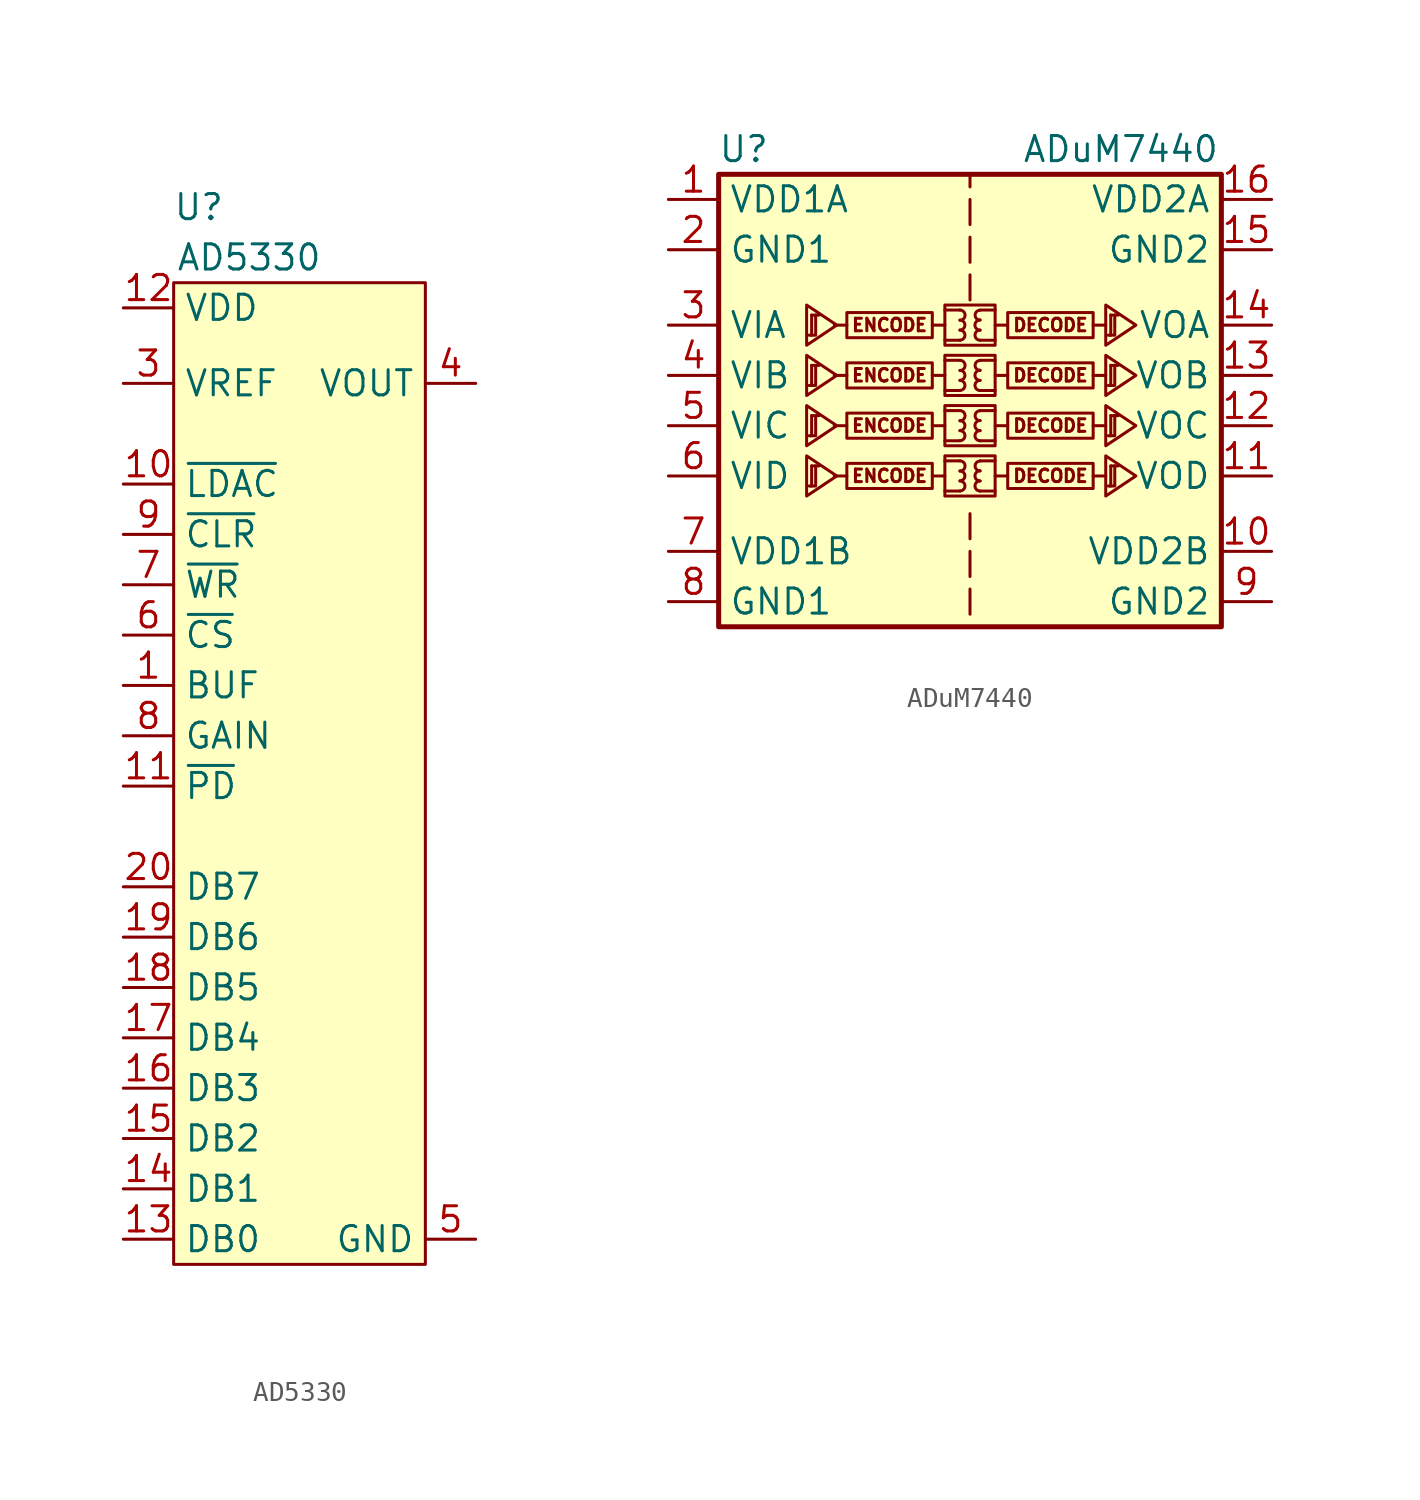
<source format=kicad_sym>
(kicad_symbol_lib
  (version 20211014)
  (generator kicad_symbol_editor)
  (symbol "AD5330"
    (property "Reference" "U"
      (at -5.08 25.4 0)
      (effects (font (size 1.27 1.27))))
    (property "Value" "AD5330"
      (at -2.54 22.86 0)
      (effects (font (size 1.27 1.27))))
    (symbol "AD5330_0_0"
      (pin input line (at -8.89 11.43 0) (length 2.54) (name "~{LDAC}" (effects (font (size 1.27 1.27)))) (number "10" (effects (font (size 1.27 1.27)))))
      (pin input line (at -8.89 -3.81 0) (length 2.54) (name "~{PD}" (effects (font (size 1.27 1.27)))) (number "11" (effects (font (size 1.27 1.27)))))
      (pin no_connect line (at 8.89 -24.13 180) (length 2.54) hide (name "NC" (effects (font (size 1.27 1.27)))) (number "2" (effects (font (size 1.27 1.27)))))
      (pin output line (at 8.89 16.51 180) (length 2.54) (name "VOUT" (effects (font (size 1.27 1.27)))) (number "4" (effects (font (size 1.27 1.27)))))
      (pin input line (at -8.89 6.35 0) (length 2.54) (name "~{WR}" (effects (font (size 1.27 1.27)))) (number "7" (effects (font (size 1.27 1.27)))))
      (pin input line (at -8.89 -1.27 0) (length 2.54) (name "GAIN" (effects (font (size 1.27 1.27)))) (number "8" (effects (font (size 1.27 1.27)))))
      (pin input line (at -8.89 8.89 0) (length 2.54) (name "~{CLR}" (effects (font (size 1.27 1.27)))) (number "9" (effects (font (size 1.27 1.27))))))
    (symbol "AD5330_0_1"
      (rectangle (start -6.35 21.59) (end 6.35 -27.94) (stroke (width 0.152) (type default) (color 0 0 0 0)) (fill (type background))))
    (symbol "AD5330_1_1"
      (pin input line (at -8.89 1.27 0) (length 2.54) (name "BUF" (effects (font (size 1.27 1.27)))) (number "1" (effects (font (size 1.27 1.27)))))
      (pin power_in line (at -8.89 20.32 0) (length 2.54) (name "VDD" (effects (font (size 1.27 1.27)))) (number "12" (effects (font (size 1.27 1.27)))))
      (pin input line (at -8.89 -26.67 0) (length 2.54) (name "DB0" (effects (font (size 1.27 1.27)))) (number "13" (effects (font (size 1.27 1.27)))))
      (pin input line (at -8.89 -24.13 0) (length 2.54) (name "DB1" (effects (font (size 1.27 1.27)))) (number "14" (effects (font (size 1.27 1.27)))))
      (pin input line (at -8.89 -21.59 0) (length 2.54) (name "DB2" (effects (font (size 1.27 1.27)))) (number "15" (effects (font (size 1.27 1.27)))))
      (pin input line (at -8.89 -19.05 0) (length 2.54) (name "DB3" (effects (font (size 1.27 1.27)))) (number "16" (effects (font (size 1.27 1.27)))))
      (pin input line (at -8.89 -16.51 0) (length 2.54) (name "DB4" (effects (font (size 1.27 1.27)))) (number "17" (effects (font (size 1.27 1.27)))))
      (pin input line (at -8.89 -13.97 0) (length 2.54) (name "DB5" (effects (font (size 1.27 1.27)))) (number "18" (effects (font (size 1.27 1.27)))))
      (pin input line (at -8.89 -11.43 0) (length 2.54) (name "DB6" (effects (font (size 1.27 1.27)))) (number "19" (effects (font (size 1.27 1.27)))))
      (pin input line (at -8.89 -8.89 0) (length 2.54) (name "DB7" (effects (font (size 1.27 1.27)))) (number "20" (effects (font (size 1.27 1.27)))))
      (pin input line (at -8.89 16.51 0) (length 2.54) (name "VREF" (effects (font (size 1.27 1.27)))) (number "3" (effects (font (size 1.27 1.27)))))
      (pin power_out line (at 8.89 -26.67 180) (length 2.54) (name "GND" (effects (font (size 1.27 1.27)))) (number "5" (effects (font (size 1.27 1.27)))))
      (pin input line (at -8.89 3.81 0) (length 2.54) (name "~{CS}" (effects (font (size 1.27 1.27)))) (number "6" (effects (font (size 1.27 1.27)))))))
  (symbol "ADuM7440"
    (property "Reference" "U"
      (at -11.43 16.51 0)
      (effects (font (size 1.27 1.27))))
    (property "Value" "ADuM7440"
      (at 7.62 16.51 0)
      (effects (font (size 1.27 1.27))))
    (symbol "ADuM7440_0_1"
      (polyline (pts (xy -8.001 8.128) (xy -7.62 8.128)) (stroke (width 0) (type default) (color 0 0 0 0)) (fill (type none)))
      (polyline (pts (xy -8.052 7.112) (xy -7.798 7.112) (xy -7.798 8.128)) (stroke (width 0) (type default) (color 0 0 0 0)) (fill (type none)))
      (polyline (pts (xy -8.001 8.128) (xy -8.001 7.112) (xy -8.128 7.112)) (stroke (width 0) (type default) (color 0 0 0 0)) (fill (type none)))
      (polyline (pts (xy -6.731 7.62) (xy -8.255 8.636) (xy -8.255 6.604) (xy -6.731 7.62)) (stroke (width 0) (type default) (color 0 0 0 0)) (fill (type none))))
    (symbol "ADuM7440_1_0"
      (rectangle (start -1.27 1.016) (end 1.27 -1.016) (stroke (width 0) (type default) (color 0 0 0 0)) (fill (type none)))
      (rectangle (start -1.27 3.556) (end 1.27 1.524) (stroke (width 0) (type default) (color 0 0 0 0)) (fill (type none)))
      (rectangle (start -1.27 6.096) (end 1.27 4.064) (stroke (width 0) (type default) (color 0 0 0 0)) (fill (type none)))
      (rectangle (start -1.27 8.636) (end 1.27 6.604) (stroke (width 0) (type default) (color 0 0 0 0)) (fill (type none)))
      (arc (start -0.508 -0.762) (mid -0.254 -0.508) (end -0.508 -0.254) (stroke (width 0) (type default) (color 0 0 0 0)) (fill (type none)))
      (arc (start -0.508 -0.254) (mid -0.254 0) (end -0.508 0.254) (stroke (width 0) (type default) (color 0 0 0 0)) (fill (type none)))
      (arc (start -0.508 0.254) (mid -0.254 0.508) (end -0.508 0.762) (stroke (width 0) (type default) (color 0 0 0 0)) (fill (type none)))
      (arc (start -0.508 1.778) (mid -0.254 2.032) (end -0.508 2.286) (stroke (width 0) (type default) (color 0 0 0 0)) (fill (type none)))
      (arc (start -0.508 2.286) (mid -0.254 2.54) (end -0.508 2.794) (stroke (width 0) (type default) (color 0 0 0 0)) (fill (type none)))
      (arc (start -0.508 2.794) (mid -0.254 3.048) (end -0.508 3.302) (stroke (width 0) (type default) (color 0 0 0 0)) (fill (type none)))
      (arc (start -0.508 4.318) (mid -0.254 4.572) (end -0.508 4.826) (stroke (width 0) (type default) (color 0 0 0 0)) (fill (type none)))
      (arc (start -0.508 4.826) (mid -0.254 5.08) (end -0.508 5.334) (stroke (width 0) (type default) (color 0 0 0 0)) (fill (type none)))
      (arc (start -0.508 5.334) (mid -0.254 5.588) (end -0.508 5.842) (stroke (width 0) (type default) (color 0 0 0 0)) (fill (type none)))
      (arc (start -0.508 6.858) (mid -0.254 7.112) (end -0.508 7.366) (stroke (width 0) (type default) (color 0 0 0 0)) (fill (type none)))
      (arc (start -0.508 7.366) (mid -0.254 7.62) (end -0.508 7.874) (stroke (width 0) (type default) (color 0 0 0 0)) (fill (type none)))
      (arc (start -0.508 7.874) (mid -0.254 8.128) (end -0.508 8.382) (stroke (width 0) (type default) (color 0 0 0 0)) (fill (type none)))
      (polyline (pts (xy -6.223 0) (xy -6.858 0)) (stroke (width 0) (type default) (color 0 0 0 0)) (fill (type none)))
      (polyline (pts (xy -6.223 2.54) (xy -6.858 2.54)) (stroke (width 0) (type default) (color 0 0 0 0)) (fill (type none)))
      (polyline (pts (xy -6.223 5.08) (xy -6.858 5.08)) (stroke (width 0) (type default) (color 0 0 0 0)) (fill (type none)))
      (polyline (pts (xy -6.223 7.62) (xy -6.858 7.62)) (stroke (width 0) (type default) (color 0 0 0 0)) (fill (type none)))
      (polyline (pts (xy -1.905 0) (xy -1.27 0)) (stroke (width 0) (type default) (color 0 0 0 0)) (fill (type none)))
      (polyline (pts (xy -1.905 2.54) (xy -1.27 2.54)) (stroke (width 0) (type default) (color 0 0 0 0)) (fill (type none)))
      (polyline (pts (xy -1.905 5.08) (xy -1.27 5.08)) (stroke (width 0) (type default) (color 0 0 0 0)) (fill (type none)))
      (polyline (pts (xy -1.905 7.62) (xy -1.27 7.62)) (stroke (width 0) (type default) (color 0 0 0 0)) (fill (type none)))
      (polyline (pts (xy -1.27 -0.762) (xy -0.508 -0.762)) (stroke (width 0) (type default) (color 0 0 0 0)) (fill (type none)))
      (polyline (pts (xy -1.27 0.762) (xy -0.508 0.762)) (stroke (width 0) (type default) (color 0 0 0 0)) (fill (type none)))
      (polyline (pts (xy -1.27 1.778) (xy -0.508 1.778)) (stroke (width 0) (type default) (color 0 0 0 0)) (fill (type none)))
      (polyline (pts (xy -1.27 3.302) (xy -0.508 3.302)) (stroke (width 0) (type default) (color 0 0 0 0)) (fill (type none)))
      (polyline (pts (xy -1.27 4.318) (xy -0.508 4.318)) (stroke (width 0) (type default) (color 0 0 0 0)) (fill (type none)))
      (polyline (pts (xy -1.27 5.842) (xy -0.508 5.842)) (stroke (width 0) (type default) (color 0 0 0 0)) (fill (type none)))
      (polyline (pts (xy -1.27 6.858) (xy -0.508 6.858)) (stroke (width 0) (type default) (color 0 0 0 0)) (fill (type none)))
      (polyline (pts (xy -1.27 8.382) (xy -0.508 8.382)) (stroke (width 0) (type default) (color 0 0 0 0)) (fill (type none)))
      (polyline (pts (xy 0 -5.715) (xy 0 -6.985)) (stroke (width 0) (type default) (color 0 0 0 0)) (fill (type none)))
      (polyline (pts (xy 0 -3.81) (xy 0 -5.08)) (stroke (width 0) (type default) (color 0 0 0 0)) (fill (type none)))
      (polyline (pts (xy 0 -1.905) (xy 0 -3.175)) (stroke (width 0) (type default) (color 0 0 0 0)) (fill (type none)))
      (polyline (pts (xy 0 8.89) (xy 0 10.16)) (stroke (width 0) (type default) (color 0 0 0 0)) (fill (type none)))
      (polyline (pts (xy 0 12.065) (xy 0 10.795)) (stroke (width 0) (type default) (color 0 0 0 0)) (fill (type none)))
      (polyline (pts (xy 0 13.97) (xy 0 12.7)) (stroke (width 0) (type default) (color 0 0 0 0)) (fill (type none)))
      (polyline (pts (xy 0 14.605) (xy 0 15.24)) (stroke (width 0) (type default) (color 0 0 0 0)) (fill (type none)))
      (polyline (pts (xy 1.27 -0.762) (xy 0.508 -0.762)) (stroke (width 0) (type default) (color 0 0 0 0)) (fill (type none)))
      (polyline (pts (xy 1.27 0.762) (xy 0.508 0.762)) (stroke (width 0) (type default) (color 0 0 0 0)) (fill (type none)))
      (polyline (pts (xy 1.27 1.778) (xy 0.508 1.778)) (stroke (width 0) (type default) (color 0 0 0 0)) (fill (type none)))
      (polyline (pts (xy 1.27 3.302) (xy 0.508 3.302)) (stroke (width 0) (type default) (color 0 0 0 0)) (fill (type none)))
      (polyline (pts (xy 1.27 4.318) (xy 0.508 4.318)) (stroke (width 0) (type default) (color 0 0 0 0)) (fill (type none)))
      (polyline (pts (xy 1.27 5.842) (xy 0.508 5.842)) (stroke (width 0) (type default) (color 0 0 0 0)) (fill (type none)))
      (polyline (pts (xy 1.27 6.858) (xy 0.508 6.858)) (stroke (width 0) (type default) (color 0 0 0 0)) (fill (type none)))
      (polyline (pts (xy 1.27 8.382) (xy 0.508 8.382)) (stroke (width 0) (type default) (color 0 0 0 0)) (fill (type none)))
      (polyline (pts (xy 1.905 0) (xy 1.27 0)) (stroke (width 0) (type default) (color 0 0 0 0)) (fill (type none)))
      (polyline (pts (xy 1.905 2.54) (xy 1.27 2.54)) (stroke (width 0) (type default) (color 0 0 0 0)) (fill (type none)))
      (polyline (pts (xy 1.905 5.08) (xy 1.27 5.08)) (stroke (width 0) (type default) (color 0 0 0 0)) (fill (type none)))
      (polyline (pts (xy 1.905 7.62) (xy 1.27 7.62)) (stroke (width 0) (type default) (color 0 0 0 0)) (fill (type none)))
      (polyline (pts (xy 6.223 0) (xy 6.858 0)) (stroke (width 0) (type default) (color 0 0 0 0)) (fill (type none)))
      (polyline (pts (xy 6.223 2.54) (xy 6.858 2.54)) (stroke (width 0) (type default) (color 0 0 0 0)) (fill (type none)))
      (polyline (pts (xy 6.223 5.08) (xy 6.858 5.08)) (stroke (width 0) (type default) (color 0 0 0 0)) (fill (type none)))
      (polyline (pts (xy 6.223 7.62) (xy 6.858 7.62)) (stroke (width 0) (type default) (color 0 0 0 0)) (fill (type none)))
      (arc (start 0.508 -0.254) (mid 0.254 -0.508) (end 0.508 -0.762) (stroke (width 0) (type default) (color 0 0 0 0)) (fill (type none)))
      (arc (start 0.508 0.254) (mid 0.254 0) (end 0.508 -0.254) (stroke (width 0) (type default) (color 0 0 0 0)) (fill (type none)))
      (arc (start 0.508 0.762) (mid 0.254 0.508) (end 0.508 0.254) (stroke (width 0) (type default) (color 0 0 0 0)) (fill (type none)))
      (arc (start 0.508 2.286) (mid 0.254 2.032) (end 0.508 1.778) (stroke (width 0) (type default) (color 0 0 0 0)) (fill (type none)))
      (arc (start 0.508 2.794) (mid 0.254 2.54) (end 0.508 2.286) (stroke (width 0) (type default) (color 0 0 0 0)) (fill (type none)))
      (arc (start 0.508 3.302) (mid 0.254 3.048) (end 0.508 2.794) (stroke (width 0) (type default) (color 0 0 0 0)) (fill (type none)))
      (arc (start 0.508 4.826) (mid 0.254 4.572) (end 0.508 4.318) (stroke (width 0) (type default) (color 0 0 0 0)) (fill (type none)))
      (arc (start 0.508 5.334) (mid 0.254 5.08) (end 0.508 4.826) (stroke (width 0) (type default) (color 0 0 0 0)) (fill (type none)))
      (arc (start 0.508 5.842) (mid 0.254 5.588) (end 0.508 5.334) (stroke (width 0) (type default) (color 0 0 0 0)) (fill (type none)))
      (arc (start 0.508 7.366) (mid 0.254 7.112) (end 0.508 6.858) (stroke (width 0) (type default) (color 0 0 0 0)) (fill (type none)))
      (arc (start 0.508 7.874) (mid 0.254 7.62) (end 0.508 7.366) (stroke (width 0) (type default) (color 0 0 0 0)) (fill (type none)))
      (arc (start 0.508 8.382) (mid 0.254 8.128) (end 0.508 7.874) (stroke (width 0) (type default) (color 0 0 0 0)) (fill (type none)))
      (rectangle (start 1.905 0.635) (end 6.223 -0.635) (stroke (width 0) (type default) (color 0 0 0 0)) (fill (type none)))
      (rectangle (start 1.905 3.175) (end 6.223 1.905) (stroke (width 0) (type default) (color 0 0 0 0)) (fill (type none)))
      (rectangle (start 1.905 5.715) (end 6.223 4.445) (stroke (width 0) (type default) (color 0 0 0 0)) (fill (type none)))
      (rectangle (start 1.905 8.255) (end 6.223 6.985) (stroke (width 0) (type default) (color 0 0 0 0)) (fill (type none)))
      (text "DECODE" (at 4.064 0 0) (effects (font (size 0.635 0.635))))
      (text "DECODE" (at 4.064 2.54 0) (effects (font (size 0.635 0.635))))
      (text "DECODE" (at 4.064 5.08 0) (effects (font (size 0.635 0.635))))
      (text "DECODE" (at 4.064 7.62 0) (effects (font (size 0.635 0.635))))
      (text "ENCODE" (at -4.064 0 0) (effects (font (size 0.635 0.635))))
      (text "ENCODE" (at -4.064 2.54 0) (effects (font (size 0.635 0.635))))
      (text "ENCODE" (at -4.064 5.08 0) (effects (font (size 0.635 0.635))))
      (text "ENCODE" (at -4.064 7.62 0) (effects (font (size 0.635 0.635)))))
    (symbol "ADuM7440_1_1"
      (rectangle (start -12.7 15.24) (end 12.7 -7.62) (stroke (width 0.254) (type default) (color 0 0 0 0)) (fill (type background)))
      (rectangle (start -1.905 0.635) (end -6.223 -0.635) (stroke (width 0) (type default) (color 0 0 0 0)) (fill (type none)))
      (rectangle (start -1.905 3.175) (end -6.223 1.905) (stroke (width 0) (type default) (color 0 0 0 0)) (fill (type none)))
      (rectangle (start -1.905 5.715) (end -6.223 4.445) (stroke (width 0) (type default) (color 0 0 0 0)) (fill (type none)))
      (rectangle (start -1.905 8.255) (end -6.223 6.985) (stroke (width 0) (type default) (color 0 0 0 0)) (fill (type none)))
      (polyline (pts (xy -8.001 0.508) (xy -7.62 0.508)) (stroke (width 0) (type default) (color 0 0 0 0)) (fill (type none)))
      (polyline (pts (xy -8.001 3.048) (xy -7.62 3.048)) (stroke (width 0) (type default) (color 0 0 0 0)) (fill (type none)))
      (polyline (pts (xy -8.001 5.588) (xy -7.62 5.588)) (stroke (width 0) (type default) (color 0 0 0 0)) (fill (type none)))
      (polyline (pts (xy 7.112 0.508) (xy 7.493 0.508)) (stroke (width 0) (type default) (color 0 0 0 0)) (fill (type none)))
      (polyline (pts (xy 7.112 3.048) (xy 7.493 3.048)) (stroke (width 0) (type default) (color 0 0 0 0)) (fill (type none)))
      (polyline (pts (xy 7.112 5.588) (xy 7.493 5.588)) (stroke (width 0) (type default) (color 0 0 0 0)) (fill (type none)))
      (polyline (pts (xy 7.112 8.128) (xy 7.493 8.128)) (stroke (width 0) (type default) (color 0 0 0 0)) (fill (type none)))
      (polyline (pts (xy -8.052 -0.508) (xy -7.798 -0.508) (xy -7.798 0.508)) (stroke (width 0) (type default) (color 0 0 0 0)) (fill (type none)))
      (polyline (pts (xy -8.052 2.032) (xy -7.798 2.032) (xy -7.798 3.048)) (stroke (width 0) (type default) (color 0 0 0 0)) (fill (type none)))
      (polyline (pts (xy -8.052 4.572) (xy -7.798 4.572) (xy -7.798 5.588)) (stroke (width 0) (type default) (color 0 0 0 0)) (fill (type none)))
      (polyline (pts (xy -8.001 0.508) (xy -8.001 -0.508) (xy -8.128 -0.508)) (stroke (width 0) (type default) (color 0 0 0 0)) (fill (type none)))
      (polyline (pts (xy -8.001 3.048) (xy -8.001 2.032) (xy -8.128 2.032)) (stroke (width 0) (type default) (color 0 0 0 0)) (fill (type none)))
      (polyline (pts (xy -8.001 5.588) (xy -8.001 4.572) (xy -8.128 4.572)) (stroke (width 0) (type default) (color 0 0 0 0)) (fill (type none)))
      (polyline (pts (xy 7.061 -0.508) (xy 7.315 -0.508) (xy 7.315 0.508)) (stroke (width 0) (type default) (color 0 0 0 0)) (fill (type none)))
      (polyline (pts (xy 7.061 2.032) (xy 7.315 2.032) (xy 7.315 3.048)) (stroke (width 0) (type default) (color 0 0 0 0)) (fill (type none)))
      (polyline (pts (xy 7.061 4.572) (xy 7.315 4.572) (xy 7.315 5.588)) (stroke (width 0) (type default) (color 0 0 0 0)) (fill (type none)))
      (polyline (pts (xy 7.061 7.112) (xy 7.315 7.112) (xy 7.315 8.128)) (stroke (width 0) (type default) (color 0 0 0 0)) (fill (type none)))
      (polyline (pts (xy 7.112 0.508) (xy 7.112 -0.508) (xy 6.985 -0.508)) (stroke (width 0) (type default) (color 0 0 0 0)) (fill (type none)))
      (polyline (pts (xy 7.112 3.048) (xy 7.112 2.032) (xy 6.985 2.032)) (stroke (width 0) (type default) (color 0 0 0 0)) (fill (type none)))
      (polyline (pts (xy 7.112 5.588) (xy 7.112 4.572) (xy 6.985 4.572)) (stroke (width 0) (type default) (color 0 0 0 0)) (fill (type none)))
      (polyline (pts (xy 7.112 8.128) (xy 7.112 7.112) (xy 6.985 7.112)) (stroke (width 0) (type default) (color 0 0 0 0)) (fill (type none)))
      (polyline (pts (xy -6.731 0) (xy -8.255 1.016) (xy -8.255 -1.016) (xy -6.731 0)) (stroke (width 0) (type default) (color 0 0 0 0)) (fill (type none)))
      (polyline (pts (xy -6.731 2.54) (xy -8.255 3.556) (xy -8.255 1.524) (xy -6.731 2.54)) (stroke (width 0) (type default) (color 0 0 0 0)) (fill (type none)))
      (polyline (pts (xy -6.731 5.08) (xy -8.255 6.096) (xy -8.255 4.064) (xy -6.731 5.08)) (stroke (width 0) (type default) (color 0 0 0 0)) (fill (type none)))
      (polyline (pts (xy 8.382 0) (xy 6.858 1.016) (xy 6.858 -1.016) (xy 8.382 0)) (stroke (width 0) (type default) (color 0 0 0 0)) (fill (type none)))
      (polyline (pts (xy 8.382 2.54) (xy 6.858 3.556) (xy 6.858 1.524) (xy 8.382 2.54)) (stroke (width 0) (type default) (color 0 0 0 0)) (fill (type none)))
      (polyline (pts (xy 8.382 5.08) (xy 6.858 6.096) (xy 6.858 4.064) (xy 8.382 5.08)) (stroke (width 0) (type default) (color 0 0 0 0)) (fill (type none)))
      (polyline (pts (xy 8.382 7.62) (xy 6.858 8.636) (xy 6.858 6.604) (xy 8.382 7.62)) (stroke (width 0) (type default) (color 0 0 0 0)) (fill (type none)))
      (pin power_in line (at -15.24 13.97 0) (length 2.54) (name "VDD1A" (effects (font (size 1.27 1.27)))) (number "1" (effects (font (size 1.27 1.27)))))
      (pin power_in line (at 15.24 -3.81 180) (length 2.54) (name "VDD2B" (effects (font (size 1.27 1.27)))) (number "10" (effects (font (size 1.27 1.27)))))
      (pin output line (at 15.24 0 180) (length 2.54) (name "VOD" (effects (font (size 1.27 1.27)))) (number "11" (effects (font (size 1.27 1.27)))))
      (pin output line (at 15.24 2.54 180) (length 2.54) (name "VOC" (effects (font (size 1.27 1.27)))) (number "12" (effects (font (size 1.27 1.27)))))
      (pin output line (at 15.24 5.08 180) (length 2.54) (name "VOB" (effects (font (size 1.27 1.27)))) (number "13" (effects (font (size 1.27 1.27)))))
      (pin output line (at 15.24 7.62 180) (length 2.54) (name "VOA" (effects (font (size 1.27 1.27)))) (number "14" (effects (font (size 1.27 1.27)))))
      (pin power_in line (at 15.24 11.43 180) (length 2.54) (name "GND2" (effects (font (size 1.27 1.27)))) (number "15" (effects (font (size 1.27 1.27)))))
      (pin power_in line (at 15.24 13.97 180) (length 2.54) (name "VDD2A" (effects (font (size 1.27 1.27)))) (number "16" (effects (font (size 1.27 1.27)))))
      (pin power_in line (at -15.24 11.43 0) (length 2.54) (name "GND1" (effects (font (size 1.27 1.27)))) (number "2" (effects (font (size 1.27 1.27)))))
      (pin input line (at -15.24 7.62 0) (length 2.54) (name "VIA" (effects (font (size 1.27 1.27)))) (number "3" (effects (font (size 1.27 1.27)))))
      (pin input line (at -15.24 5.08 0) (length 2.54) (name "VIB" (effects (font (size 1.27 1.27)))) (number "4" (effects (font (size 1.27 1.27)))))
      (pin input line (at -15.24 2.54 0) (length 2.54) (name "VIC" (effects (font (size 1.27 1.27)))) (number "5" (effects (font (size 1.27 1.27)))))
      (pin input line (at -15.24 0 0) (length 2.54) (name "VID" (effects (font (size 1.27 1.27)))) (number "6" (effects (font (size 1.27 1.27)))))
      (pin power_in line (at -15.24 -3.81 0) (length 2.54) (name "VDD1B" (effects (font (size 1.27 1.27)))) (number "7" (effects (font (size 1.27 1.27)))))
      (pin power_in line (at -15.24 -6.35 0) (length 2.54) (name "GND1" (effects (font (size 1.27 1.27)))) (number "8" (effects (font (size 1.27 1.27)))))
      (pin power_in line (at 15.24 -6.35 180) (length 2.54) (name "GND2" (effects (font (size 1.27 1.27)))) (number "9" (effects (font (size 1.27 1.27))))))))
</source>
